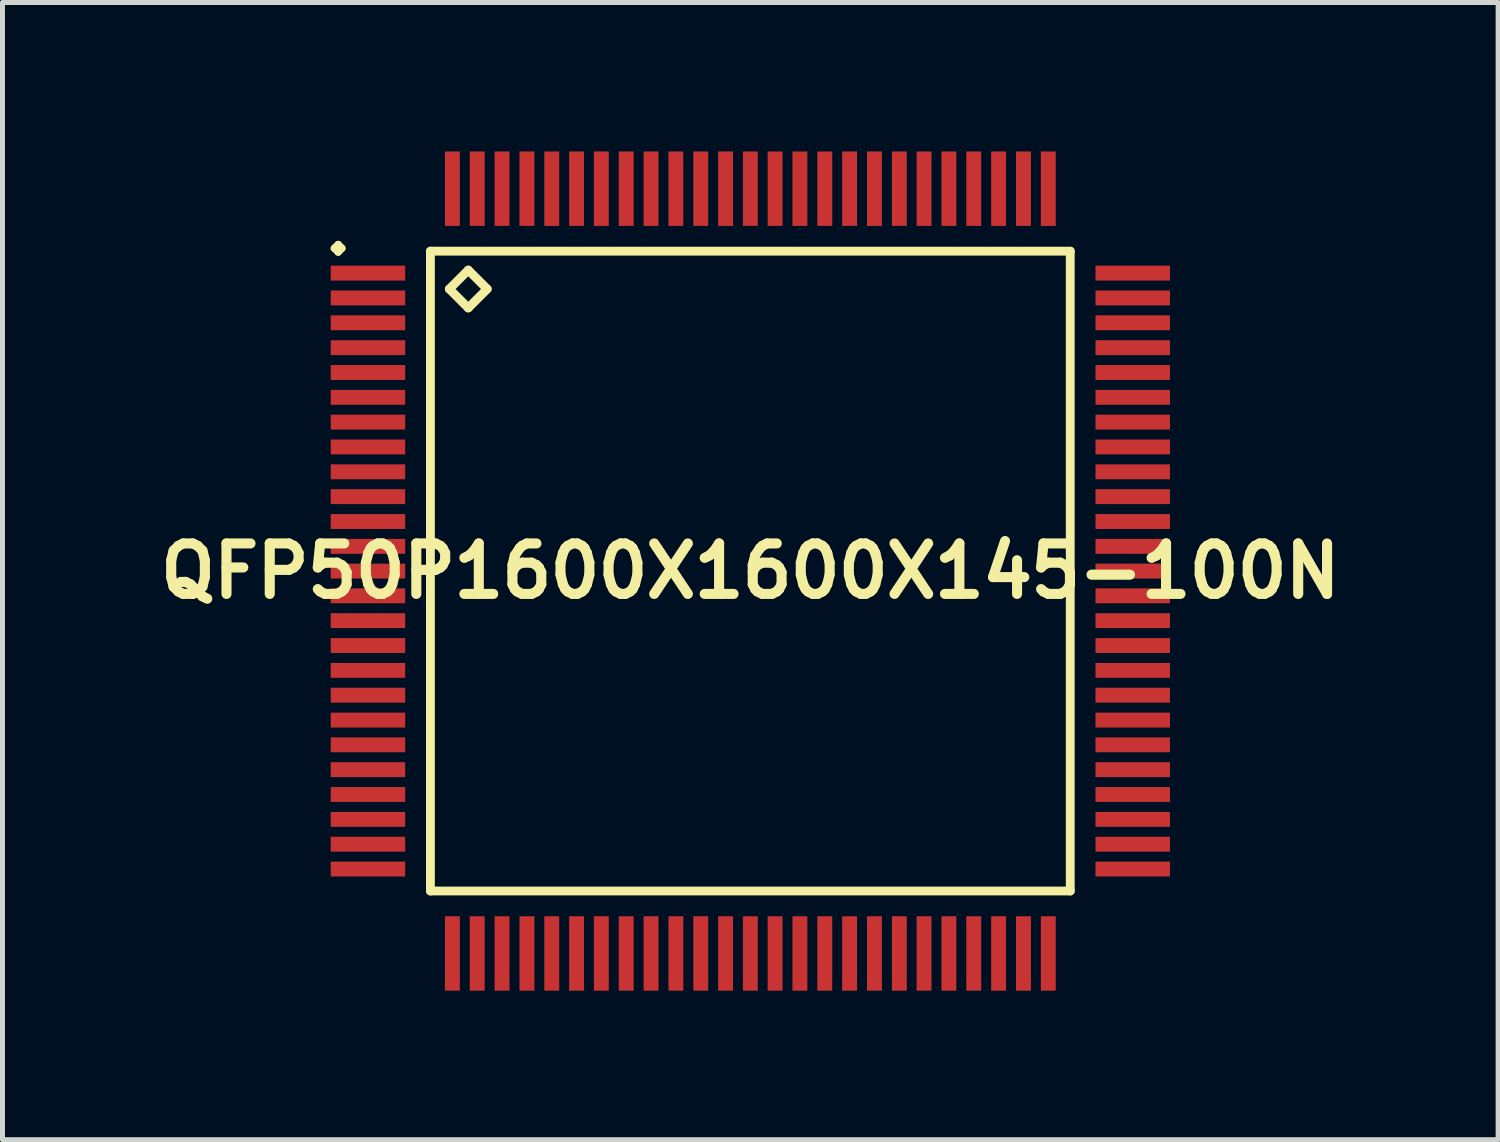
<source format=kicad_pcb>
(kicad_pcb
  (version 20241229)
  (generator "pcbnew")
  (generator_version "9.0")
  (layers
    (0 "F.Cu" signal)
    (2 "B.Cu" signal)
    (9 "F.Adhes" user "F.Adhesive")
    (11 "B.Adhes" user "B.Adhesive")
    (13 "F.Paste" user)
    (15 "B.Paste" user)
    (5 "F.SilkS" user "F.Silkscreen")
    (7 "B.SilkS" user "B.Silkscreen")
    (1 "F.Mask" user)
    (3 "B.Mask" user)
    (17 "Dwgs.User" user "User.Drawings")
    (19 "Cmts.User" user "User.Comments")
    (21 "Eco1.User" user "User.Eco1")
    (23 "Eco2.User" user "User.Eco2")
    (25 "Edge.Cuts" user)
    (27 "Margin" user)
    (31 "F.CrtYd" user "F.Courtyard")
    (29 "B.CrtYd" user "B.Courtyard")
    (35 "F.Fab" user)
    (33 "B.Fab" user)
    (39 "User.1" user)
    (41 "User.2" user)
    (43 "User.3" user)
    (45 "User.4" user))
  (footprint "QFP50P1600X1600X145-100N"
    (layer "F.Cu")
    (at 12.057 8.448)
    (property "Reference" "QFP50P1600X1600X145-100N" (at 0 0 0) (layer "F.SilkS") (effects (font (size 1.016 1.016) (thickness 0.203))))
    (attr smd)
    (fp_line (start -8.374 -6.5) (end -8.298 -6.574) (stroke (width 0.15) (type solid)) (layer "F.SilkS"))
    (fp_line (start -8.298 -6.574) (end -8.225 -6.5) (stroke (width 0.15) (type solid)) (layer "F.SilkS"))
    (fp_line (start -8.298 -6.424) (end -8.374 -6.5) (stroke (width 0.15) (type solid)) (layer "F.SilkS"))
    (fp_line (start -8.225 -6.5) (end -8.298 -6.424) (stroke (width 0.15) (type solid)) (layer "F.SilkS"))
    (fp_line (start -6.441 -6.441) (end -6.441 6.441) (stroke (width 0.178) (type solid)) (layer "F.SilkS"))
    (fp_line (start -6.441 6.441) (end 6.441 6.441) (stroke (width 0.178) (type solid)) (layer "F.SilkS"))
    (fp_line (start -6.06 -5.679) (end -5.679 -6.06) (stroke (width 0.178) (type solid)) (layer "F.SilkS"))
    (fp_line (start -5.679 -6.06) (end -5.298 -5.679) (stroke (width 0.178) (type solid)) (layer "F.SilkS"))
    (fp_line (start -5.679 -5.298) (end -6.06 -5.679) (stroke (width 0.178) (type solid)) (layer "F.SilkS"))
    (fp_line (start -5.298 -5.679) (end -5.679 -5.298) (stroke (width 0.178) (type solid)) (layer "F.SilkS"))
    (fp_line (start 6.441 -6.441) (end -6.441 -6.441) (stroke (width 0.178) (type solid)) (layer "F.SilkS"))
    (fp_line (start 6.441 6.441) (end 6.441 -6.441) (stroke (width 0.178) (type solid)) (layer "F.SilkS"))
    (pad "1" smd rect (at -7.699 -5.999) (size 1.499 0.3) (layers "F.Cu" "F.Mask" "F.Paste"))
    (pad "2" smd rect (at -7.699 -5.499) (size 1.499 0.3) (layers "F.Cu" "F.Mask" "F.Paste"))
    (pad "3" smd rect (at -7.699 -4.999) (size 1.499 0.3) (layers "F.Cu" "F.Mask" "F.Paste"))
    (pad "4" smd rect (at -7.699 -4.498) (size 1.499 0.3) (layers "F.Cu" "F.Mask" "F.Paste"))
    (pad "5" smd rect (at -7.699 -3.998) (size 1.499 0.3) (layers "F.Cu" "F.Mask" "F.Paste"))
    (pad "6" smd rect (at -7.699 -3.498) (size 1.499 0.3) (layers "F.Cu" "F.Mask" "F.Paste"))
    (pad "7" smd rect (at -7.699 -3) (size 1.499 0.3) (layers "F.Cu" "F.Mask" "F.Paste"))
    (pad "8" smd rect (at -7.699 -2.499) (size 1.499 0.3) (layers "F.Cu" "F.Mask" "F.Paste"))
    (pad "9" smd rect (at -7.699 -1.999) (size 1.499 0.3) (layers "F.Cu" "F.Mask" "F.Paste"))
    (pad "10" smd rect (at -7.699 -1.499) (size 1.499 0.3) (layers "F.Cu" "F.Mask" "F.Paste"))
    (pad "11" smd rect (at -7.699 -0.998) (size 1.499 0.3) (layers "F.Cu" "F.Mask" "F.Paste"))
    (pad "12" smd rect (at -7.699 -0.498) (size 1.499 0.3) (layers "F.Cu" "F.Mask" "F.Paste"))
    (pad "13" smd rect (at -7.699 0) (size 1.499 0.3) (layers "F.Cu" "F.Mask" "F.Paste"))
    (pad "14" smd rect (at -7.699 0.498) (size 1.499 0.3) (layers "F.Cu" "F.Mask" "F.Paste"))
    (pad "15" smd rect (at -7.699 0.998) (size 1.499 0.3) (layers "F.Cu" "F.Mask" "F.Paste"))
    (pad "16" smd rect (at -7.699 1.499) (size 1.499 0.3) (layers "F.Cu" "F.Mask" "F.Paste"))
    (pad "17" smd rect (at -7.699 1.999) (size 1.499 0.3) (layers "F.Cu" "F.Mask" "F.Paste"))
    (pad "18" smd rect (at -7.699 2.499) (size 1.499 0.3) (layers "F.Cu" "F.Mask" "F.Paste"))
    (pad "19" smd rect (at -7.699 3) (size 1.499 0.3) (layers "F.Cu" "F.Mask" "F.Paste"))
    (pad "20" smd rect (at -7.699 3.498) (size 1.499 0.3) (layers "F.Cu" "F.Mask" "F.Paste"))
    (pad "21" smd rect (at -7.699 3.998) (size 1.499 0.3) (layers "F.Cu" "F.Mask" "F.Paste"))
    (pad "22" smd rect (at -7.699 4.498) (size 1.499 0.3) (layers "F.Cu" "F.Mask" "F.Paste"))
    (pad "23" smd rect (at -7.699 4.999) (size 1.499 0.3) (layers "F.Cu" "F.Mask" "F.Paste"))
    (pad "24" smd rect (at -7.699 5.499) (size 1.499 0.3) (layers "F.Cu" "F.Mask" "F.Paste"))
    (pad "25" smd rect (at -7.699 5.999) (size 1.499 0.3) (layers "F.Cu" "F.Mask" "F.Paste"))
    (pad "26" smd rect (at -5.999 7.699) (size 0.3 1.499) (layers "F.Cu" "F.Mask" "F.Paste"))
    (pad "27" smd rect (at -5.499 7.699) (size 0.3 1.499) (layers "F.Cu" "F.Mask" "F.Paste"))
    (pad "28" smd rect (at -4.999 7.699) (size 0.3 1.499) (layers "F.Cu" "F.Mask" "F.Paste"))
    (pad "29" smd rect (at -4.498 7.699) (size 0.3 1.499) (layers "F.Cu" "F.Mask" "F.Paste"))
    (pad "30" smd rect (at -3.998 7.699) (size 0.3 1.499) (layers "F.Cu" "F.Mask" "F.Paste"))
    (pad "31" smd rect (at -3.498 7.699) (size 0.3 1.499) (layers "F.Cu" "F.Mask" "F.Paste"))
    (pad "32" smd rect (at -3 7.699) (size 0.3 1.499) (layers "F.Cu" "F.Mask" "F.Paste"))
    (pad "33" smd rect (at -2.499 7.699) (size 0.3 1.499) (layers "F.Cu" "F.Mask" "F.Paste"))
    (pad "34" smd rect (at -1.999 7.699) (size 0.3 1.499) (layers "F.Cu" "F.Mask" "F.Paste"))
    (pad "35" smd rect (at -1.499 7.699) (size 0.3 1.499) (layers "F.Cu" "F.Mask" "F.Paste"))
    (pad "36" smd rect (at -0.998 7.699) (size 0.3 1.499) (layers "F.Cu" "F.Mask" "F.Paste"))
    (pad "37" smd rect (at -0.498 7.699) (size 0.3 1.499) (layers "F.Cu" "F.Mask" "F.Paste"))
    (pad "38" smd rect (at 0 7.699) (size 0.3 1.499) (layers "F.Cu" "F.Mask" "F.Paste"))
    (pad "39" smd rect (at 0.498 7.699) (size 0.3 1.499) (layers "F.Cu" "F.Mask" "F.Paste"))
    (pad "40" smd rect (at 0.998 7.699) (size 0.3 1.499) (layers "F.Cu" "F.Mask" "F.Paste"))
    (pad "41" smd rect (at 1.499 7.699) (size 0.3 1.499) (layers "F.Cu" "F.Mask" "F.Paste"))
    (pad "42" smd rect (at 1.999 7.699) (size 0.3 1.499) (layers "F.Cu" "F.Mask" "F.Paste"))
    (pad "43" smd rect (at 2.499 7.699) (size 0.3 1.499) (layers "F.Cu" "F.Mask" "F.Paste"))
    (pad "44" smd rect (at 3 7.699) (size 0.3 1.499) (layers "F.Cu" "F.Mask" "F.Paste"))
    (pad "45" smd rect (at 3.498 7.699) (size 0.3 1.499) (layers "F.Cu" "F.Mask" "F.Paste"))
    (pad "46" smd rect (at 3.998 7.699) (size 0.3 1.499) (layers "F.Cu" "F.Mask" "F.Paste"))
    (pad "47" smd rect (at 4.498 7.699) (size 0.3 1.499) (layers "F.Cu" "F.Mask" "F.Paste"))
    (pad "48" smd rect (at 4.999 7.699) (size 0.3 1.499) (layers "F.Cu" "F.Mask" "F.Paste"))
    (pad "49" smd rect (at 5.499 7.699) (size 0.3 1.499) (layers "F.Cu" "F.Mask" "F.Paste"))
    (pad "50" smd rect (at 5.999 7.699) (size 0.3 1.499) (layers "F.Cu" "F.Mask" "F.Paste"))
    (pad "51" smd rect (at 7.699 5.999) (size 1.499 0.3) (layers "F.Cu" "F.Mask" "F.Paste"))
    (pad "52" smd rect (at 7.699 5.499) (size 1.499 0.3) (layers "F.Cu" "F.Mask" "F.Paste"))
    (pad "53" smd rect (at 7.699 4.999) (size 1.499 0.3) (layers "F.Cu" "F.Mask" "F.Paste"))
    (pad "54" smd rect (at 7.699 4.498) (size 1.499 0.3) (layers "F.Cu" "F.Mask" "F.Paste"))
    (pad "55" smd rect (at 7.699 3.998) (size 1.499 0.3) (layers "F.Cu" "F.Mask" "F.Paste"))
    (pad "56" smd rect (at 7.699 3.498) (size 1.499 0.3) (layers "F.Cu" "F.Mask" "F.Paste"))
    (pad "57" smd rect (at 7.699 3) (size 1.499 0.3) (layers "F.Cu" "F.Mask" "F.Paste"))
    (pad "58" smd rect (at 7.699 2.499) (size 1.499 0.3) (layers "F.Cu" "F.Mask" "F.Paste"))
    (pad "59" smd rect (at 7.699 1.999) (size 1.499 0.3) (layers "F.Cu" "F.Mask" "F.Paste"))
    (pad "60" smd rect (at 7.699 1.499) (size 1.499 0.3) (layers "F.Cu" "F.Mask" "F.Paste"))
    (pad "61" smd rect (at 7.699 0.998) (size 1.499 0.3) (layers "F.Cu" "F.Mask" "F.Paste"))
    (pad "62" smd rect (at 7.699 0.498) (size 1.499 0.3) (layers "F.Cu" "F.Mask" "F.Paste"))
    (pad "63" smd rect (at 7.699 0) (size 1.499 0.3) (layers "F.Cu" "F.Mask" "F.Paste"))
    (pad "64" smd rect (at 7.699 -0.498) (size 1.499 0.3) (layers "F.Cu" "F.Mask" "F.Paste"))
    (pad "65" smd rect (at 7.699 -0.998) (size 1.499 0.3) (layers "F.Cu" "F.Mask" "F.Paste"))
    (pad "66" smd rect (at 7.699 -1.499) (size 1.499 0.3) (layers "F.Cu" "F.Mask" "F.Paste"))
    (pad "67" smd rect (at 7.699 -1.999) (size 1.499 0.3) (layers "F.Cu" "F.Mask" "F.Paste"))
    (pad "68" smd rect (at 7.699 -2.499) (size 1.499 0.3) (layers "F.Cu" "F.Mask" "F.Paste"))
    (pad "69" smd rect (at 7.699 -3) (size 1.499 0.3) (layers "F.Cu" "F.Mask" "F.Paste"))
    (pad "70" smd rect (at 7.699 -3.498) (size 1.499 0.3) (layers "F.Cu" "F.Mask" "F.Paste"))
    (pad "71" smd rect (at 7.699 -3.998) (size 1.499 0.3) (layers "F.Cu" "F.Mask" "F.Paste"))
    (pad "72" smd rect (at 7.699 -4.498) (size 1.499 0.3) (layers "F.Cu" "F.Mask" "F.Paste"))
    (pad "73" smd rect (at 7.699 -4.999) (size 1.499 0.3) (layers "F.Cu" "F.Mask" "F.Paste"))
    (pad "74" smd rect (at 7.699 -5.499) (size 1.499 0.3) (layers "F.Cu" "F.Mask" "F.Paste"))
    (pad "75" smd rect (at 7.699 -5.999) (size 1.499 0.3) (layers "F.Cu" "F.Mask" "F.Paste"))
    (pad "76" smd rect (at 5.999 -7.699) (size 0.3 1.499) (layers "F.Cu" "F.Mask" "F.Paste"))
    (pad "77" smd rect (at 5.499 -7.699) (size 0.3 1.499) (layers "F.Cu" "F.Mask" "F.Paste"))
    (pad "78" smd rect (at 4.999 -7.699) (size 0.3 1.499) (layers "F.Cu" "F.Mask" "F.Paste"))
    (pad "79" smd rect (at 4.498 -7.699) (size 0.3 1.499) (layers "F.Cu" "F.Mask" "F.Paste"))
    (pad "80" smd rect (at 3.998 -7.699) (size 0.3 1.499) (layers "F.Cu" "F.Mask" "F.Paste"))
    (pad "81" smd rect (at 3.498 -7.699) (size 0.3 1.499) (layers "F.Cu" "F.Mask" "F.Paste"))
    (pad "82" smd rect (at 3 -7.699) (size 0.3 1.499) (layers "F.Cu" "F.Mask" "F.Paste"))
    (pad "83" smd rect (at 2.499 -7.699) (size 0.3 1.499) (layers "F.Cu" "F.Mask" "F.Paste"))
    (pad "84" smd rect (at 1.999 -7.699) (size 0.3 1.499) (layers "F.Cu" "F.Mask" "F.Paste"))
    (pad "85" smd rect (at 1.499 -7.699) (size 0.3 1.499) (layers "F.Cu" "F.Mask" "F.Paste"))
    (pad "86" smd rect (at 0.998 -7.699) (size 0.3 1.499) (layers "F.Cu" "F.Mask" "F.Paste"))
    (pad "87" smd rect (at 0.498 -7.699) (size 0.3 1.499) (layers "F.Cu" "F.Mask" "F.Paste"))
    (pad "88" smd rect (at 0 -7.699) (size 0.3 1.499) (layers "F.Cu" "F.Mask" "F.Paste"))
    (pad "89" smd rect (at -0.498 -7.699) (size 0.3 1.499) (layers "F.Cu" "F.Mask" "F.Paste"))
    (pad "90" smd rect (at -0.998 -7.699) (size 0.3 1.499) (layers "F.Cu" "F.Mask" "F.Paste"))
    (pad "91" smd rect (at -1.499 -7.699) (size 0.3 1.499) (layers "F.Cu" "F.Mask" "F.Paste"))
    (pad "92" smd rect (at -1.999 -7.699) (size 0.3 1.499) (layers "F.Cu" "F.Mask" "F.Paste"))
    (pad "93" smd rect (at -2.499 -7.699) (size 0.3 1.499) (layers "F.Cu" "F.Mask" "F.Paste"))
    (pad "94" smd rect (at -3 -7.699) (size 0.3 1.499) (layers "F.Cu" "F.Mask" "F.Paste"))
    (pad "95" smd rect (at -3.498 -7.699) (size 0.3 1.499) (layers "F.Cu" "F.Mask" "F.Paste"))
    (pad "96" smd rect (at -3.998 -7.699) (size 0.3 1.499) (layers "F.Cu" "F.Mask" "F.Paste"))
    (pad "97" smd rect (at -4.498 -7.699) (size 0.3 1.499) (layers "F.Cu" "F.Mask" "F.Paste"))
    (pad "98" smd rect (at -4.999 -7.699) (size 0.3 1.499) (layers "F.Cu" "F.Mask" "F.Paste"))
    (pad "99" smd rect (at -5.499 -7.699) (size 0.3 1.499) (layers "F.Cu" "F.Mask" "F.Paste"))
    (pad "100" smd rect (at -5.999 -7.699) (size 0.3 1.499) (layers "F.Cu" "F.Mask" "F.Paste")))
  (gr_rect
    (start -3 -3)
    (end 27.113 19.896)
    (stroke (width 0.1) (type default))
    (fill no)
    (layer "Edge.Cuts")))
</source>
